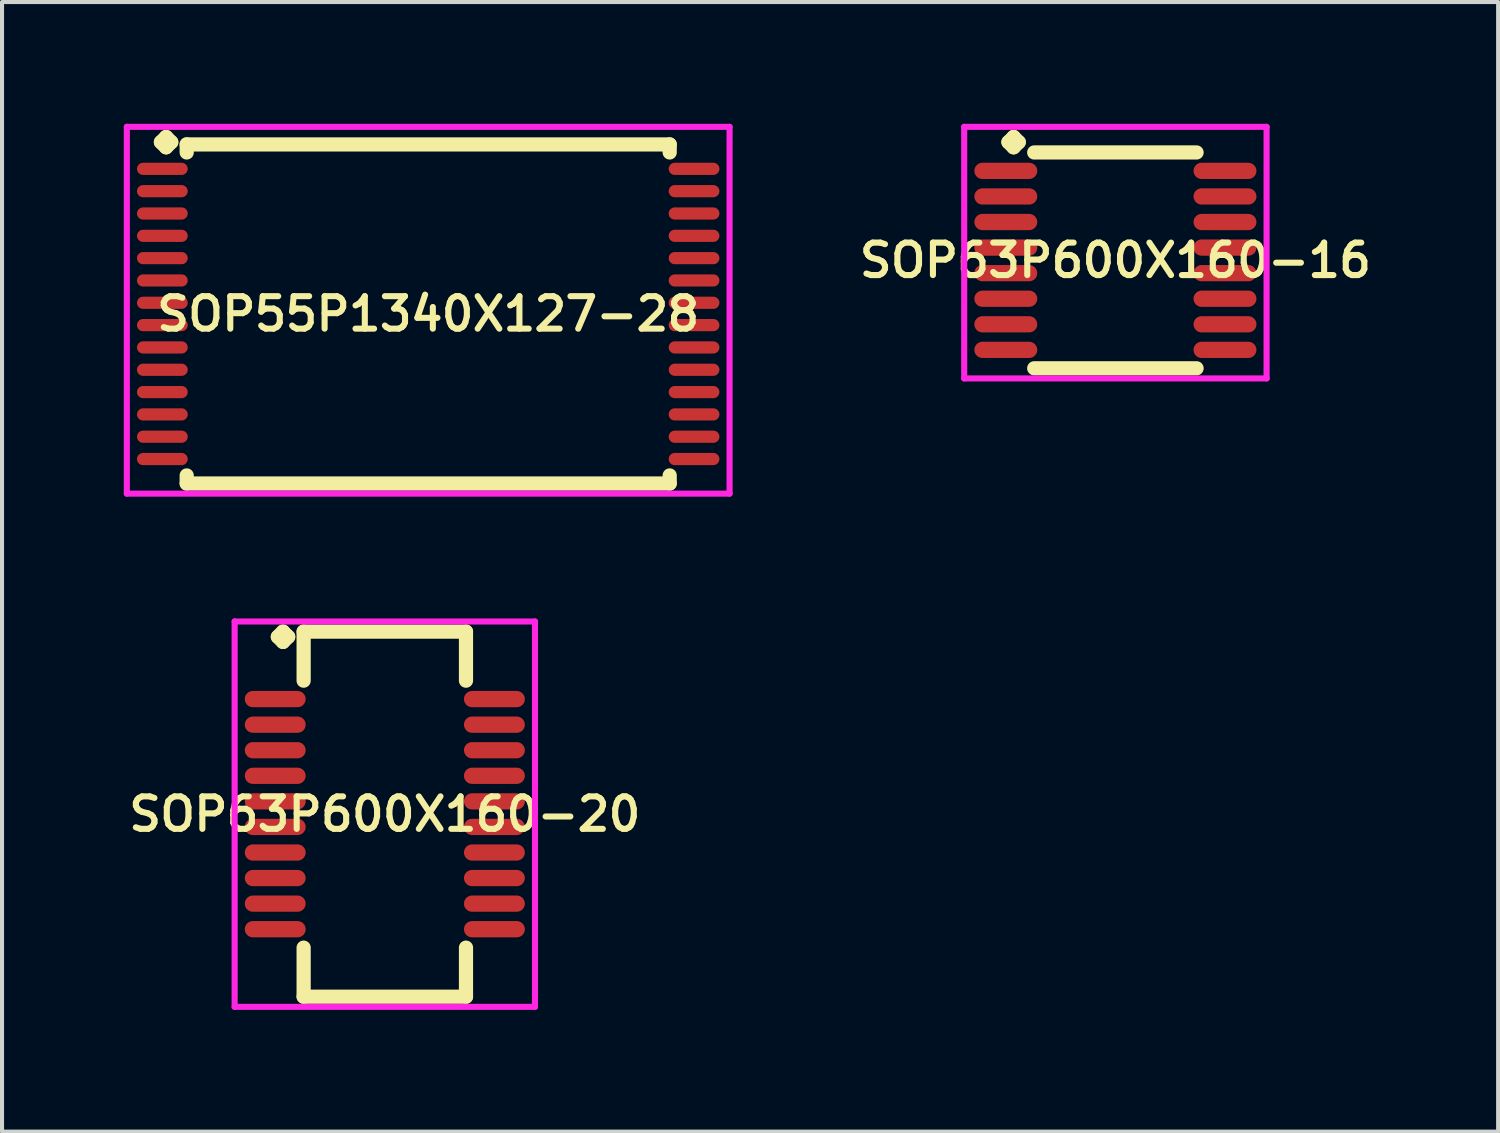
<source format=kicad_pcb>
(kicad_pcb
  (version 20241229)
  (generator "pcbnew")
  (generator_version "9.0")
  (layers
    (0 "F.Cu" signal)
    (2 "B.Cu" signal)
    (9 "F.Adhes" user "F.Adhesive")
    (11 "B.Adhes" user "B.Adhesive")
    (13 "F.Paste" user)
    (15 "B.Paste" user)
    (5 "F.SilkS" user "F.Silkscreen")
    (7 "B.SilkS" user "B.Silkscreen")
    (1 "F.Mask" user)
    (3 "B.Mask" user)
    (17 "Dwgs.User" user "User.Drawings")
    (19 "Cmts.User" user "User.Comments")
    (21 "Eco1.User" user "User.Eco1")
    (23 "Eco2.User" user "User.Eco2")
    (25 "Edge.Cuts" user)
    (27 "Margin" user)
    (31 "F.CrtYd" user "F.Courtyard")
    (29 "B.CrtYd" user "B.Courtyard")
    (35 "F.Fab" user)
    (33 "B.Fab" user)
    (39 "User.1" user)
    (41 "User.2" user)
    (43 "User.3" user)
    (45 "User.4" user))
  (footprint "SOP55P1340X127-28"
    (layer "F.Cu")
    (at 7.5 4.685)
    (property "Reference" "SOP55P1340X127-28" (at 0 0 0) (layer "F.SilkS") (effects (font (size 0.8 0.8) (thickness 0.15))))
    (attr smd)
    (fp_line (start -6.585 -4.233) (end -6.458 -4.36) (stroke (width 0.35) (type solid)) (layer "F.SilkS"))
    (fp_line (start -6.458 -4.36) (end -6.331 -4.233) (stroke (width 0.35) (type solid)) (layer "F.SilkS"))
    (fp_line (start -6.458 -4.106) (end -6.585 -4.233) (stroke (width 0.35) (type solid)) (layer "F.SilkS"))
    (fp_line (start -6.331 -4.233) (end -6.458 -4.106) (stroke (width 0.35) (type solid)) (layer "F.SilkS"))
    (fp_line (start -5.95 -4.177) (end 5.95 -4.177) (stroke (width 0.35) (type solid)) (layer "F.SilkS"))
    (fp_line (start -5.95 -3.979) (end -5.95 -4.177) (stroke (width 0.35) (type solid)) (layer "F.SilkS"))
    (fp_line (start -5.95 3.979) (end -5.95 4.177) (stroke (width 0.35) (type solid)) (layer "F.SilkS"))
    (fp_line (start -5.95 4.177) (end 5.95 4.177) (stroke (width 0.35) (type solid)) (layer "F.SilkS"))
    (fp_line (start 5.95 -4.177) (end 5.95 -3.979) (stroke (width 0.35) (type solid)) (layer "F.SilkS"))
    (fp_line (start 5.95 4.177) (end 5.95 3.979) (stroke (width 0.35) (type solid)) (layer "F.SilkS"))
    (fp_line (start -7.425 -4.61) (end 7.425 -4.61) (stroke (width 0.15) (type solid)) (layer "F.CrtYd"))
    (fp_line (start -7.425 4.427) (end -7.425 -4.61) (stroke (width 0.15) (type solid)) (layer "F.CrtYd"))
    (fp_line (start 7.425 -4.61) (end 7.425 4.427) (stroke (width 0.15) (type solid)) (layer "F.CrtYd"))
    (fp_line (start 7.425 4.427) (end -7.425 4.427) (stroke (width 0.15) (type solid)) (layer "F.CrtYd"))
    (pad "1" smd oval (at -6.55 -3.575) (size 1.25 0.3) (layers "F.Cu" "F.Mask" "F.Paste"))
    (pad "2" smd oval (at -6.55 -3.025) (size 1.25 0.3) (layers "F.Cu" "F.Mask" "F.Paste"))
    (pad "3" smd oval (at -6.55 -2.475) (size 1.25 0.3) (layers "F.Cu" "F.Mask" "F.Paste"))
    (pad "4" smd oval (at -6.55 -1.925) (size 1.25 0.3) (layers "F.Cu" "F.Mask" "F.Paste"))
    (pad "5" smd oval (at -6.55 -1.375) (size 1.25 0.3) (layers "F.Cu" "F.Mask" "F.Paste"))
    (pad "6" smd oval (at -6.55 -0.825) (size 1.25 0.3) (layers "F.Cu" "F.Mask" "F.Paste"))
    (pad "7" smd oval (at -6.55 -0.275) (size 1.25 0.3) (layers "F.Cu" "F.Mask" "F.Paste"))
    (pad "8" smd oval (at -6.55 0.275) (size 1.25 0.3) (layers "F.Cu" "F.Mask" "F.Paste"))
    (pad "9" smd oval (at -6.55 0.825) (size 1.25 0.3) (layers "F.Cu" "F.Mask" "F.Paste"))
    (pad "10" smd oval (at -6.55 1.375) (size 1.25 0.3) (layers "F.Cu" "F.Mask" "F.Paste"))
    (pad "11" smd oval (at -6.55 1.925) (size 1.25 0.3) (layers "F.Cu" "F.Mask" "F.Paste"))
    (pad "12" smd oval (at -6.55 2.475) (size 1.25 0.3) (layers "F.Cu" "F.Mask" "F.Paste"))
    (pad "13" smd oval (at -6.55 3.025) (size 1.25 0.3) (layers "F.Cu" "F.Mask" "F.Paste"))
    (pad "14" smd oval (at -6.55 3.575) (size 1.25 0.3) (layers "F.Cu" "F.Mask" "F.Paste"))
    (pad "15" smd oval (at 6.55 3.575) (size 1.25 0.3) (layers "F.Cu" "F.Mask" "F.Paste"))
    (pad "16" smd oval (at 6.55 3.025) (size 1.25 0.3) (layers "F.Cu" "F.Mask" "F.Paste"))
    (pad "17" smd oval (at 6.55 2.475) (size 1.25 0.3) (layers "F.Cu" "F.Mask" "F.Paste"))
    (pad "18" smd oval (at 6.55 1.925) (size 1.25 0.3) (layers "F.Cu" "F.Mask" "F.Paste"))
    (pad "19" smd oval (at 6.55 1.375) (size 1.25 0.3) (layers "F.Cu" "F.Mask" "F.Paste"))
    (pad "20" smd oval (at 6.55 0.825) (size 1.25 0.3) (layers "F.Cu" "F.Mask" "F.Paste"))
    (pad "21" smd oval (at 6.55 0.275) (size 1.25 0.3) (layers "F.Cu" "F.Mask" "F.Paste"))
    (pad "22" smd oval (at 6.55 -0.275) (size 1.25 0.3) (layers "F.Cu" "F.Mask" "F.Paste"))
    (pad "23" smd oval (at 6.55 -0.825) (size 1.25 0.3) (layers "F.Cu" "F.Mask" "F.Paste"))
    (pad "24" smd oval (at 6.55 -1.375) (size 1.25 0.3) (layers "F.Cu" "F.Mask" "F.Paste"))
    (pad "25" smd oval (at 6.55 -1.925) (size 1.25 0.3) (layers "F.Cu" "F.Mask" "F.Paste"))
    (pad "26" smd oval (at 6.55 -2.475) (size 1.25 0.3) (layers "F.Cu" "F.Mask" "F.Paste"))
    (pad "27" smd oval (at 6.55 -3.025) (size 1.25 0.3) (layers "F.Cu" "F.Mask" "F.Paste"))
    (pad "28" smd oval (at 6.55 -3.575) (size 1.25 0.3) (layers "F.Cu" "F.Mask" "F.Paste")))
  (footprint "SOP63P600X160-20"
    (layer "F.Cu")
    (at 6.431 17.009)
    (property "Reference" "SOP63P600X160-20" (at 0 0 0) (layer "F.SilkS") (effects (font (size 0.8 0.8) (thickness 0.15))))
    (attr smd)
    (fp_line (start -2.635 -4.37) (end -2.508 -4.497) (stroke (width 0.35) (type solid)) (layer "F.SilkS"))
    (fp_line (start -2.508 -4.497) (end -2.381 -4.37) (stroke (width 0.35) (type solid)) (layer "F.SilkS"))
    (fp_line (start -2.508 -4.243) (end -2.635 -4.37) (stroke (width 0.35) (type solid)) (layer "F.SilkS"))
    (fp_line (start -2.381 -4.37) (end -2.508 -4.243) (stroke (width 0.35) (type solid)) (layer "F.SilkS"))
    (fp_line (start -2 -4.497) (end 2 -4.497) (stroke (width 0.35) (type solid)) (layer "F.SilkS"))
    (fp_line (start -2 -3.289) (end -2 -4.497) (stroke (width 0.35) (type solid)) (layer "F.SilkS"))
    (fp_line (start -2 3.289) (end -2 4.497) (stroke (width 0.35) (type solid)) (layer "F.SilkS"))
    (fp_line (start -2 4.497) (end 2 4.497) (stroke (width 0.35) (type solid)) (layer "F.SilkS"))
    (fp_line (start 2 -4.497) (end 2 -3.289) (stroke (width 0.35) (type solid)) (layer "F.SilkS"))
    (fp_line (start 2 4.497) (end 2 3.289) (stroke (width 0.35) (type solid)) (layer "F.SilkS"))
    (fp_line (start -3.7 -4.747) (end 3.7 -4.747) (stroke (width 0.15) (type solid)) (layer "F.CrtYd"))
    (fp_line (start -3.7 4.747) (end -3.7 -4.747) (stroke (width 0.15) (type solid)) (layer "F.CrtYd"))
    (fp_line (start 3.7 -4.747) (end 3.7 4.747) (stroke (width 0.15) (type solid)) (layer "F.CrtYd"))
    (fp_line (start 3.7 4.747) (end -3.7 4.747) (stroke (width 0.15) (type solid)) (layer "F.CrtYd"))
    (pad "1" smd oval (at -2.7 -2.835) (size 1.5 0.4) (layers "F.Cu" "F.Mask" "F.Paste"))
    (pad "2" smd oval (at -2.7 -2.205) (size 1.5 0.4) (layers "F.Cu" "F.Mask" "F.Paste"))
    (pad "3" smd oval (at -2.7 -1.575) (size 1.5 0.4) (layers "F.Cu" "F.Mask" "F.Paste"))
    (pad "4" smd oval (at -2.7 -0.945) (size 1.5 0.4) (layers "F.Cu" "F.Mask" "F.Paste"))
    (pad "5" smd oval (at -2.7 -0.315) (size 1.5 0.4) (layers "F.Cu" "F.Mask" "F.Paste"))
    (pad "6" smd oval (at -2.7 0.315) (size 1.5 0.4) (layers "F.Cu" "F.Mask" "F.Paste"))
    (pad "7" smd oval (at -2.7 0.945) (size 1.5 0.4) (layers "F.Cu" "F.Mask" "F.Paste"))
    (pad "8" smd oval (at -2.7 1.575) (size 1.5 0.4) (layers "F.Cu" "F.Mask" "F.Paste"))
    (pad "9" smd oval (at -2.7 2.205) (size 1.5 0.4) (layers "F.Cu" "F.Mask" "F.Paste"))
    (pad "10" smd oval (at -2.7 2.835) (size 1.5 0.4) (layers "F.Cu" "F.Mask" "F.Paste"))
    (pad "11" smd oval (at 2.7 2.835) (size 1.5 0.4) (layers "F.Cu" "F.Mask" "F.Paste"))
    (pad "12" smd oval (at 2.7 2.205) (size 1.5 0.4) (layers "F.Cu" "F.Mask" "F.Paste"))
    (pad "13" smd oval (at 2.7 1.575) (size 1.5 0.4) (layers "F.Cu" "F.Mask" "F.Paste"))
    (pad "14" smd oval (at 2.7 0.945) (size 1.5 0.4) (layers "F.Cu" "F.Mask" "F.Paste"))
    (pad "15" smd oval (at 2.7 0.315) (size 1.5 0.4) (layers "F.Cu" "F.Mask" "F.Paste"))
    (pad "16" smd oval (at 2.7 -0.315) (size 1.5 0.4) (layers "F.Cu" "F.Mask" "F.Paste"))
    (pad "17" smd oval (at 2.7 -0.945) (size 1.5 0.4) (layers "F.Cu" "F.Mask" "F.Paste"))
    (pad "18" smd oval (at 2.7 -1.575) (size 1.5 0.4) (layers "F.Cu" "F.Mask" "F.Paste"))
    (pad "19" smd oval (at 2.7 -2.205) (size 1.5 0.4) (layers "F.Cu" "F.Mask" "F.Paste"))
    (pad "20" smd oval (at 2.7 -2.835) (size 1.5 0.4) (layers "F.Cu" "F.Mask" "F.Paste")))
  (footprint "SOP63P600X160-16"
    (layer "F.Cu")
    (at 24.431 3.365)
    (property "Reference" "SOP63P600X160-16" (at 0 0 0) (layer "F.SilkS") (effects (font (size 0.8 0.8) (thickness 0.15))))
    (attr smd)
    (fp_line (start -2.635 -2.913) (end -2.508 -3.04) (stroke (width 0.35) (type solid)) (layer "F.SilkS"))
    (fp_line (start -2.508 -3.04) (end -2.381 -2.913) (stroke (width 0.35) (type solid)) (layer "F.SilkS"))
    (fp_line (start -2.508 -2.786) (end -2.635 -2.913) (stroke (width 0.35) (type solid)) (layer "F.SilkS"))
    (fp_line (start -2.381 -2.913) (end -2.508 -2.786) (stroke (width 0.35) (type solid)) (layer "F.SilkS"))
    (fp_line (start -2 -2.659) (end 2 -2.659) (stroke (width 0.35) (type solid)) (layer "F.SilkS"))
    (fp_line (start -2 2.659) (end 2 2.659) (stroke (width 0.35) (type solid)) (layer "F.SilkS"))
    (fp_line (start -3.725 -3.29) (end 3.725 -3.29) (stroke (width 0.15) (type solid)) (layer "F.CrtYd"))
    (fp_line (start -3.725 2.909) (end -3.725 -3.29) (stroke (width 0.15) (type solid)) (layer "F.CrtYd"))
    (fp_line (start 3.725 -3.29) (end 3.725 2.909) (stroke (width 0.15) (type solid)) (layer "F.CrtYd"))
    (fp_line (start 3.725 2.909) (end -3.725 2.909) (stroke (width 0.15) (type solid)) (layer "F.CrtYd"))
    (pad "1" smd oval (at -2.7 -2.205) (size 1.55 0.4) (layers "F.Cu" "F.Mask" "F.Paste"))
    (pad "2" smd oval (at -2.7 -1.575) (size 1.55 0.4) (layers "F.Cu" "F.Mask" "F.Paste"))
    (pad "3" smd oval (at -2.7 -0.945) (size 1.55 0.4) (layers "F.Cu" "F.Mask" "F.Paste"))
    (pad "4" smd oval (at -2.7 -0.315) (size 1.55 0.4) (layers "F.Cu" "F.Mask" "F.Paste"))
    (pad "5" smd oval (at -2.7 0.315) (size 1.55 0.4) (layers "F.Cu" "F.Mask" "F.Paste"))
    (pad "6" smd oval (at -2.7 0.945) (size 1.55 0.4) (layers "F.Cu" "F.Mask" "F.Paste"))
    (pad "7" smd oval (at -2.7 1.575) (size 1.55 0.4) (layers "F.Cu" "F.Mask" "F.Paste"))
    (pad "8" smd oval (at -2.7 2.205) (size 1.55 0.4) (layers "F.Cu" "F.Mask" "F.Paste"))
    (pad "9" smd oval (at 2.7 2.205) (size 1.55 0.4) (layers "F.Cu" "F.Mask" "F.Paste"))
    (pad "10" smd oval (at 2.7 1.575) (size 1.55 0.4) (layers "F.Cu" "F.Mask" "F.Paste"))
    (pad "11" smd oval (at 2.7 0.945) (size 1.55 0.4) (layers "F.Cu" "F.Mask" "F.Paste"))
    (pad "12" smd oval (at 2.7 0.315) (size 1.55 0.4) (layers "F.Cu" "F.Mask" "F.Paste"))
    (pad "13" smd oval (at 2.7 -0.315) (size 1.55 0.4) (layers "F.Cu" "F.Mask" "F.Paste"))
    (pad "14" smd oval (at 2.7 -0.945) (size 1.55 0.4) (layers "F.Cu" "F.Mask" "F.Paste"))
    (pad "15" smd oval (at 2.7 -1.575) (size 1.55 0.4) (layers "F.Cu" "F.Mask" "F.Paste"))
    (pad "16" smd oval (at 2.7 -2.205) (size 1.55 0.4) (layers "F.Cu" "F.Mask" "F.Paste")))
  (gr_rect
    (start -3 -3)
    (end 33.861 24.831)
    (stroke (width 0.1) (type default))
    (fill no)
    (layer "Edge.Cuts")))
</source>
